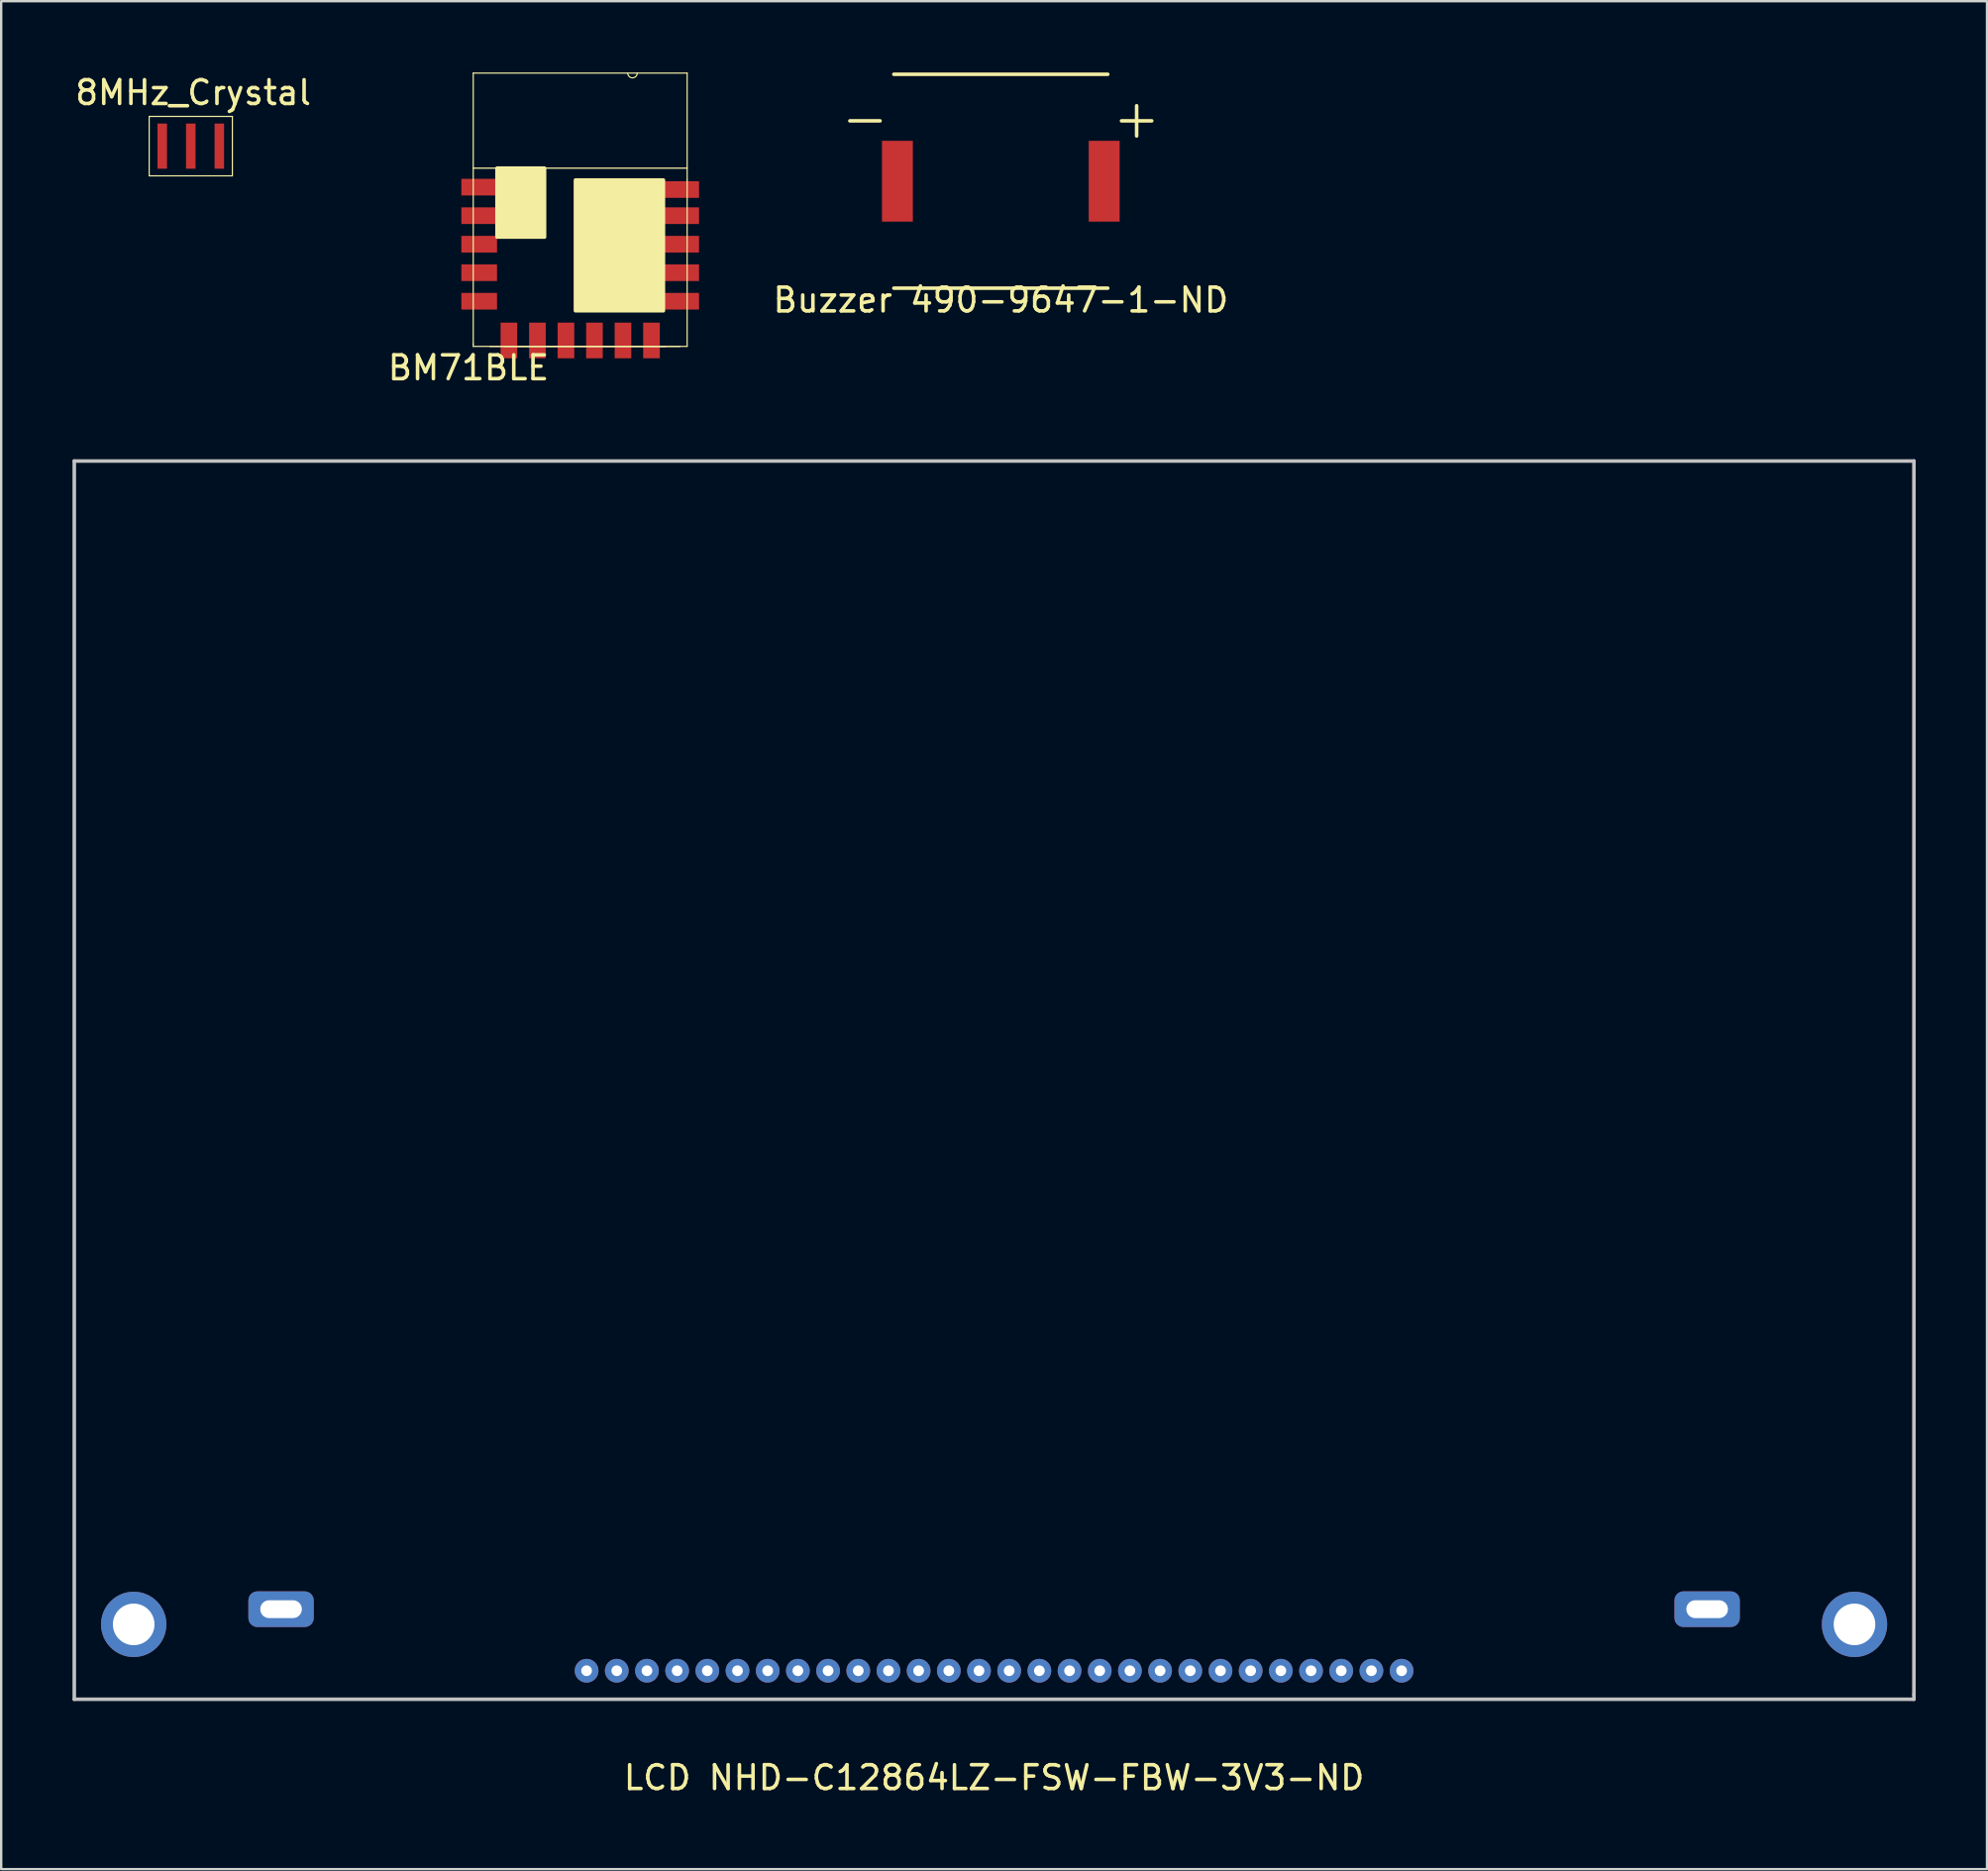
<source format=kicad_pcb>
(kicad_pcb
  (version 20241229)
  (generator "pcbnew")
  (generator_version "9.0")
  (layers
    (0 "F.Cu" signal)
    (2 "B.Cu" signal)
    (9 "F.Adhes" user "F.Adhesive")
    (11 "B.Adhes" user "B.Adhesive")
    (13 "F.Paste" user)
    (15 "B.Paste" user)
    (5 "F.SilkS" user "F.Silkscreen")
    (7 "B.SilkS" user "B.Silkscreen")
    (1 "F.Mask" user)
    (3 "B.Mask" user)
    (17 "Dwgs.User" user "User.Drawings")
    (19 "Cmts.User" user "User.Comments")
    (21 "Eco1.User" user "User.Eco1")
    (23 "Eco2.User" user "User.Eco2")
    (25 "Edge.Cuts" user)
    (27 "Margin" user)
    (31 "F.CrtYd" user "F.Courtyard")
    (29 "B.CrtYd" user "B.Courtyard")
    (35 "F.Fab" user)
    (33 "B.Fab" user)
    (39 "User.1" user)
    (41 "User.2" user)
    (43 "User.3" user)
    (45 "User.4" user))
  (footprint "BM71BLE"
    (layer "F.Cu")
    (at 16.861 11.525)
    (property "Reference" "BM71BLE" (at -0.2 0.9 0) (layer "F.SilkS") (effects (font (size 1 1) (thickness 0.15))))
    (attr through_hole)
    (fp_line (start 0 -11.5) (end 9 -11.5) (stroke (width 0.05) (type solid)) (layer "F.SilkS"))
    (fp_line (start 0 -7.5) (end 0 -11.5) (stroke (width 0.05) (type solid)) (layer "F.SilkS"))
    (fp_line (start 0 -7.5) (end 9 -7.5) (stroke (width 0.05) (type solid)) (layer "F.SilkS"))
    (fp_line (start 0 -7) (end 0 -7.5) (stroke (width 0.05) (type solid)) (layer "F.SilkS"))
    (fp_line (start 0 -7) (end 0 -0.1) (stroke (width 0.05) (type solid)) (layer "F.SilkS"))
    (fp_line (start 0 0) (end 0 -0.1) (stroke (width 0.05) (type solid)) (layer "F.SilkS"))
    (fp_line (start 0 0) (end 9 0) (stroke (width 0.05) (type solid)) (layer "F.SilkS"))
    (fp_line (start 1 -7.5) (end 1 -4.6) (stroke (width 0.05) (type solid)) (layer "F.SilkS"))
    (fp_line (start 1 -4.6) (end 3 -4.6) (stroke (width 0.05) (type solid)) (layer "F.SilkS"))
    (fp_line (start 1.2 0) (end 0.7 0) (stroke (width 0.05) (type solid)) (layer "F.SilkS"))
    (fp_line (start 1.2 0) (end 8.1 0) (stroke (width 0.05) (type solid)) (layer "F.SilkS"))
    (fp_line (start 1.8 0) (end 1.3 0) (stroke (width 0.05) (type solid)) (layer "F.SilkS"))
    (fp_line (start 1.8 0) (end 8.7 0) (stroke (width 0.05) (type solid)) (layer "F.SilkS"))
    (fp_line (start 3 -4.6) (end 3 -7.5) (stroke (width 0.05) (type solid)) (layer "F.SilkS"))
    (fp_line (start 4.3 -7) (end 4.3 -1.5) (stroke (width 0.05) (type solid)) (layer "F.SilkS"))
    (fp_line (start 4.3 -1.5) (end 8 -1.5) (stroke (width 0.05) (type solid)) (layer "F.SilkS"))
    (fp_line (start 8 -7) (end 4.3 -7) (stroke (width 0.05) (type solid)) (layer "F.SilkS"))
    (fp_line (start 8 -1.5) (end 8 -7) (stroke (width 0.05) (type solid)) (layer "F.SilkS"))
    (fp_line (start 9 -11.5) (end 9 -7.5) (stroke (width 0.05) (type solid)) (layer "F.SilkS"))
    (fp_line (start 9 -7.5) (end 9 -7) (stroke (width 0.05) (type solid)) (layer "F.SilkS"))
    (fp_line (start 9 0) (end 9 -7) (stroke (width 0.05) (type solid)) (layer "F.SilkS"))
    (fp_arc (start 6.9 -11.5) (mid 6.7 -11.3) (end 6.5 -11.5) (stroke (width 0.05) (type solid)) (layer "F.SilkS"))
    (fp_poly (pts (xy 3 -4.6) (xy 1 -4.6) (xy 1 -7.5) (xy 3 -7.5)) (stroke (width 0.15) (type solid)) (fill yes) (layer "F.SilkS"))
    (fp_poly (pts (xy 4.3 -7) (xy 8 -7) (xy 8 -1.5) (xy 4.3 -1.5)) (stroke (width 0.15) (type solid)) (fill yes) (layer "F.SilkS"))
    (pad "1" smd rect (at 0.25 -6.7) (size 1.5 0.7) (layers "F.Cu" "F.Mask" "F.Paste"))
    (pad "2" smd rect (at 0.25 -5.5) (size 1.5 0.7) (layers "F.Cu" "F.Mask" "F.Paste"))
    (pad "3" smd rect (at 0.25 -4.3) (size 1.5 0.7) (layers "F.Cu" "F.Mask" "F.Paste"))
    (pad "4" smd rect (at 0.25 -3.1) (size 1.5 0.7) (layers "F.Cu" "F.Mask" "F.Paste"))
    (pad "5" smd rect (at 0.25 -1.9) (size 1.5 0.7) (layers "F.Cu" "F.Mask" "F.Paste"))
    (pad "6" smd rect (at 1.5 -0.25 90) (size 1.5 0.7) (layers "F.Cu" "F.Mask" "F.Paste"))
    (pad "7" smd rect (at 2.7 -0.25 90) (size 1.5 0.7) (layers "F.Cu" "F.Mask" "F.Paste"))
    (pad "8" smd rect (at 3.9 -0.25 90) (size 1.5 0.7) (layers "F.Cu" "F.Mask" "F.Paste"))
    (pad "9" smd rect (at 5.1 -0.25 90) (size 1.5 0.7) (layers "F.Cu" "F.Mask" "F.Paste"))
    (pad "10" smd rect (at 6.3 -0.25 90) (size 1.5 0.7) (layers "F.Cu" "F.Mask" "F.Paste"))
    (pad "11" smd rect (at 7.5 -0.25 90) (size 1.5 0.7) (layers "F.Cu" "F.Mask" "F.Paste"))
    (pad "12" smd rect (at 8.75 -1.9) (size 1.5 0.7) (layers "F.Cu" "F.Mask" "F.Paste"))
    (pad "13" smd rect (at 8.75 -3.1) (size 1.5 0.7) (layers "F.Cu" "F.Mask" "F.Paste"))
    (pad "14" smd rect (at 8.75 -4.3) (size 1.5 0.7) (layers "F.Cu" "F.Mask" "F.Paste"))
    (pad "15" smd rect (at 8.75 -5.5) (size 1.5 0.7) (layers "F.Cu" "F.Mask" "F.Paste"))
    (pad "16" smd rect (at 8.75 -6.6) (size 1.5 0.7) (layers "F.Cu" "F.Mask" "F.Paste")))
  (footprint "Buzzer 490-9647-1-ND"
    (layer "F.Cu")
    (at 39.057 4.575)
    (property "Reference" "Buzzer 490-9647-1-ND" (at 0 5 0) (layer "F.SilkS") (effects (font (size 1 1) (thickness 0.15))))
    (attr through_hole)
    (fp_line (start -6.35 -2.54) (end -5.08 -2.54) (stroke (width 0.15) (type solid)) (layer "F.SilkS"))
    (fp_line (start -4.5 -4.5) (end 4.5 -4.5) (stroke (width 0.15) (type solid)) (layer "F.SilkS"))
    (fp_line (start -4.5 4.5) (end 4.5 4.5) (stroke (width 0.15) (type solid)) (layer "F.SilkS"))
    (fp_line (start 5.08 -2.54) (end 6.35 -2.54) (stroke (width 0.15) (type solid)) (layer "F.SilkS"))
    (fp_line (start 5.715 -3.175) (end 5.715 -1.905) (stroke (width 0.15) (type solid)) (layer "F.SilkS"))
    (pad "1" smd rect (at 4.35 0) (size 1.3 3.4) (layers "F.Cu" "F.Mask" "F.Paste"))
    (pad "2" smd rect (at -4.35 0) (size 1.3 3.4) (layers "F.Cu" "F.Mask" "F.Paste")))
  (footprint "8MHz_Crystal"
    (layer "F.Cu")
    (at 4.977 3.098)
    (property "Reference" "8MHz_Crystal" (at 0.1 -2.25 0) (layer "F.SilkS") (effects (font (size 1 1) (thickness 0.15))))
    (attr through_hole)
    (fp_line (start -1.75 -1.25) (end 1.75 -1.25) (stroke (width 0.05) (type solid)) (layer "F.SilkS"))
    (fp_line (start -1.75 1.25) (end -1.75 -1.25) (stroke (width 0.05) (type solid)) (layer "F.SilkS"))
    (fp_line (start 1.75 -1.25) (end 1.75 1.25) (stroke (width 0.05) (type solid)) (layer "F.SilkS"))
    (fp_line (start 1.75 1.25) (end -1.75 1.25) (stroke (width 0.05) (type solid)) (layer "F.SilkS"))
    (pad "1" smd rect (at -1.2 0) (size 0.4 1.9) (layers "F.Cu" "F.Mask" "F.Paste"))
    (pad "2" smd rect (at 0 0) (size 0.4 1.9) (layers "F.Cu" "F.Mask" "F.Paste"))
    (pad "3" smd rect (at 1.2 0) (size 0.4 1.9) (layers "F.Cu" "F.Mask" "F.Paste")))
  (footprint "LCD NHD-C12864LZ-FSW-FBW-3V3-ND"
    (layer "F.Cu")
    (at 38.775 68.448)
    (property "Reference" "LCD NHD-C12864LZ-FSW-FBW-3V3-ND" (at 0 3.3 0) (layer "F.SilkS") (effects (font (size 1 1) (thickness 0.15))))
    (attr through_hole)
    (fp_line (start -38.7 -52.1) (end 38.7 -52.1) (stroke (width 0.15) (type solid)) (layer "Dwgs.User"))
    (fp_line (start -38.7 0) (end -38.7 -52.1) (stroke (width 0.15) (type solid)) (layer "Dwgs.User"))
    (fp_line (start 38.7 -52.1) (end 38.7 -0.2) (stroke (width 0.15) (type solid)) (layer "Dwgs.User"))
    (fp_line (start 38.7 -0.2) (end 38.7 0) (stroke (width 0.15) (type solid)) (layer "Dwgs.User"))
    (fp_line (start 38.7 0) (end -38.7 0) (stroke (width 0.15) (type solid)) (layer "Dwgs.User"))
    (pad "1" thru_hole circle (at -17.145 -1.2) (size 1 1) (drill 0.45) (layers "*.Cu" "*.Mask"))
    (pad "2" thru_hole circle (at -15.875 -1.2) (size 1 1) (drill 0.45) (layers "*.Cu" "*.Mask"))
    (pad "3" thru_hole circle (at -14.605 -1.2) (size 1 1) (drill 0.45) (layers "*.Cu" "*.Mask"))
    (pad "4" thru_hole circle (at -13.335 -1.2) (size 1 1) (drill 0.45) (layers "*.Cu" "*.Mask"))
    (pad "5" thru_hole circle (at -12.065 -1.2) (size 1 1) (drill 0.45) (layers "*.Cu" "*.Mask"))
    (pad "6" thru_hole circle (at -10.795 -1.2) (size 1 1) (drill 0.45) (layers "*.Cu" "*.Mask"))
    (pad "7" thru_hole circle (at -9.525 -1.2) (size 1 1) (drill 0.45) (layers "*.Cu" "*.Mask"))
    (pad "8" thru_hole circle (at -8.255 -1.2) (size 1 1) (drill 0.45) (layers "*.Cu" "*.Mask"))
    (pad "9" thru_hole circle (at -6.985 -1.2) (size 1 1) (drill 0.45) (layers "*.Cu" "*.Mask"))
    (pad "10" thru_hole circle (at -5.715 -1.2) (size 1 1) (drill 0.45) (layers "*.Cu" "*.Mask"))
    (pad "11" thru_hole circle (at -4.445 -1.2) (size 1 1) (drill 0.45) (layers "*.Cu" "*.Mask"))
    (pad "12" thru_hole circle (at -3.175 -1.2) (size 1 1) (drill 0.45) (layers "*.Cu" "*.Mask"))
    (pad "13" thru_hole circle (at -1.905 -1.2) (size 1 1) (drill 0.45) (layers "*.Cu" "*.Mask"))
    (pad "14" thru_hole circle (at -0.635 -1.2) (size 1 1) (drill 0.45) (layers "*.Cu" "*.Mask"))
    (pad "15" thru_hole circle (at 0.635 -1.2) (size 1 1) (drill 0.45) (layers "*.Cu" "*.Mask"))
    (pad "16" thru_hole circle (at 1.905 -1.2) (size 1 1) (drill 0.45) (layers "*.Cu" "*.Mask"))
    (pad "17" thru_hole circle (at 3.175 -1.2) (size 1 1) (drill 0.45) (layers "*.Cu" "*.Mask"))
    (pad "18" thru_hole circle (at 4.445 -1.2) (size 1 1) (drill 0.45) (layers "*.Cu" "*.Mask"))
    (pad "19" thru_hole circle (at 5.715 -1.2) (size 1 1) (drill 0.45) (layers "*.Cu" "*.Mask"))
    (pad "20" thru_hole circle (at 6.985 -1.2) (size 1 1) (drill 0.45) (layers "*.Cu" "*.Mask"))
    (pad "21" thru_hole circle (at 8.255 -1.2) (size 1 1) (drill 0.45) (layers "*.Cu" "*.Mask"))
    (pad "22" thru_hole circle (at 9.525 -1.2) (size 1 1) (drill 0.45) (layers "*.Cu" "*.Mask"))
    (pad "23" thru_hole circle (at 10.795 -1.2) (size 1 1) (drill 0.45) (layers "*.Cu" "*.Mask"))
    (pad "24" thru_hole circle (at 12.065 -1.2) (size 1 1) (drill 0.45) (layers "*.Cu" "*.Mask"))
    (pad "25" thru_hole circle (at 13.335 -1.2) (size 1 1) (drill 0.45) (layers "*.Cu" "*.Mask"))
    (pad "26" thru_hole circle (at 14.605 -1.2) (size 1 1) (drill 0.45) (layers "*.Cu" "*.Mask"))
    (pad "27" thru_hole circle (at 15.875 -1.2) (size 1 1) (drill 0.45) (layers "*.Cu" "*.Mask"))
    (pad "28" thru_hole circle (at 17.145 -1.2) (size 1 1) (drill 0.45) (layers "*.Cu" "*.Mask"))
    (pad "29" thru_hole circle (at -36.2 -3.15) (size 2.75 2.75) (drill 1.75) (layers "*.Cu" "*.Mask"))
    (pad "30" thru_hole roundrect (at -30 -3.79) (size 2.75 1.5) (drill oval 1.75 0.75) (layers "*.Cu" "*.Mask") (roundrect_rratio 0.25))
    (pad "31" thru_hole roundrect (at 30 -3.79) (size 2.75 1.5) (drill oval 1.75 0.75) (layers "*.Cu" "*.Mask") (roundrect_rratio 0.25))
    (pad "32" thru_hole circle (at 36.2 -3.15) (size 2.75 2.75) (drill 1.75) (layers "*.Cu" "*.Mask")))
  (gr_rect
    (start -3 -3)
    (end 80.55 75.597)
    (stroke (width 0.1) (type default))
    (fill no)
    (layer "Edge.Cuts")))
</source>
